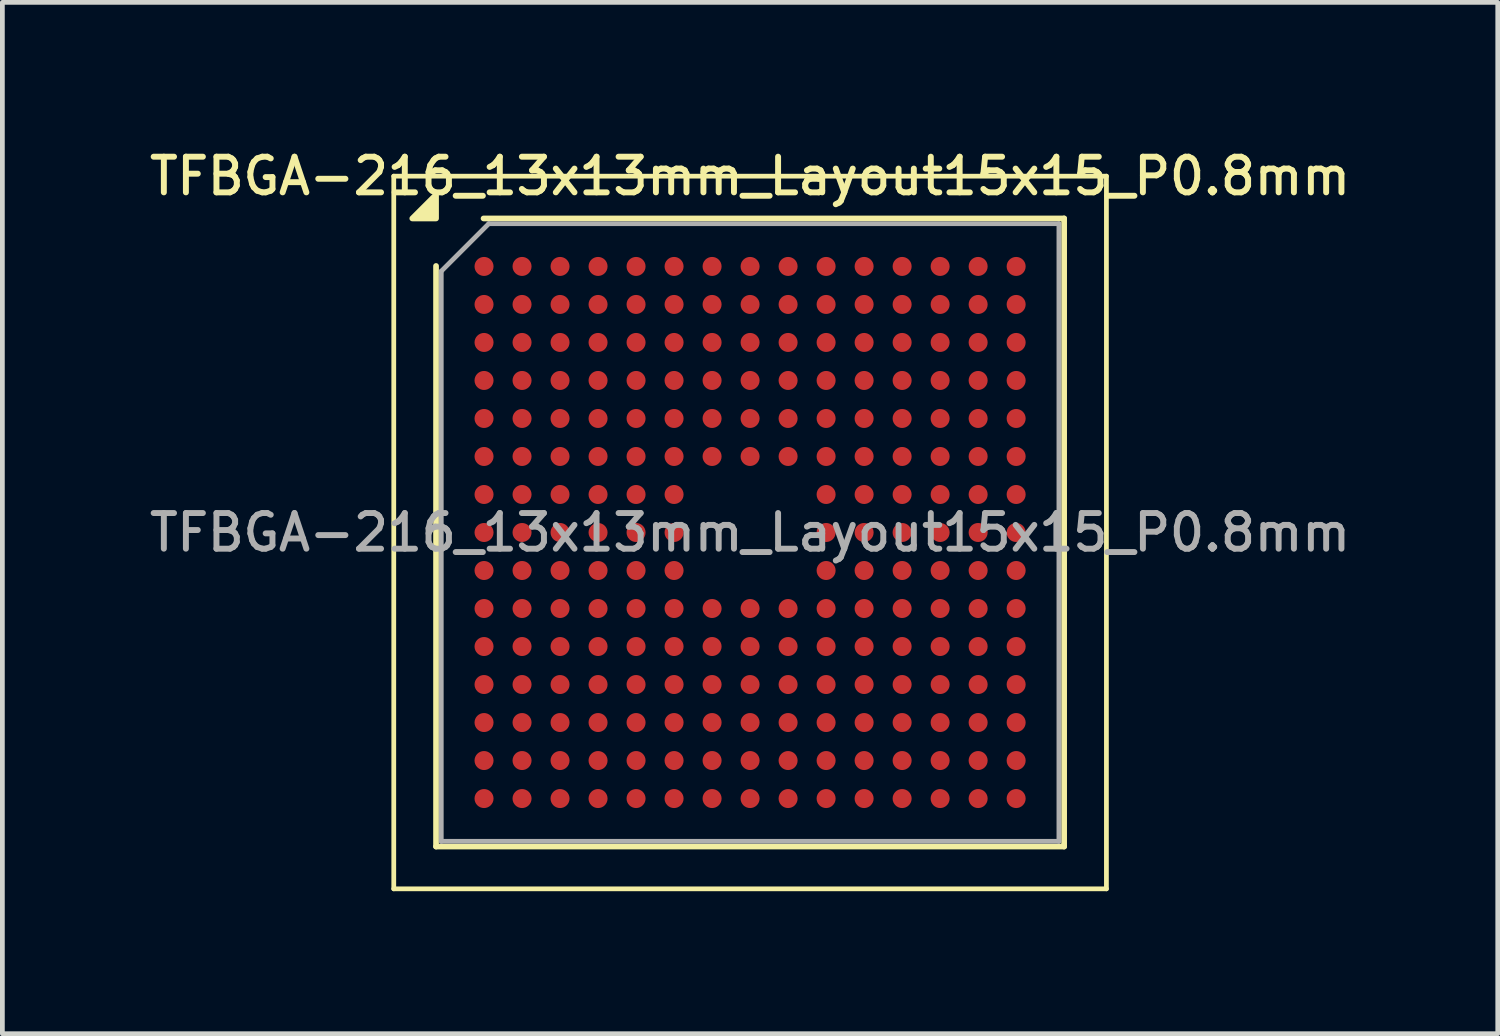
<source format=kicad_pcb>
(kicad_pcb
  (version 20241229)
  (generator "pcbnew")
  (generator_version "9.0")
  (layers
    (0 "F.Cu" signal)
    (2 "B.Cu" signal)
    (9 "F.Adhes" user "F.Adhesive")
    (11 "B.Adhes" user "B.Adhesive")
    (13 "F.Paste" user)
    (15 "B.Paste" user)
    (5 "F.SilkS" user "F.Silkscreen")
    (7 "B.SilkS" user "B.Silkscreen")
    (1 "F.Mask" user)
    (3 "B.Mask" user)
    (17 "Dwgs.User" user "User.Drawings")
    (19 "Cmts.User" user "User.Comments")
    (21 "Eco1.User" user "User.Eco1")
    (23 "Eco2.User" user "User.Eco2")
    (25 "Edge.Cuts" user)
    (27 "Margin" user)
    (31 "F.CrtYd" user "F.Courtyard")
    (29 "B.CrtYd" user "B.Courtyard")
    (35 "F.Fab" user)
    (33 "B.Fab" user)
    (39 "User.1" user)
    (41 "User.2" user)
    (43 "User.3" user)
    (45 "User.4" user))
  (footprint "TFBGA-216_13x13mm_Layout15x15_P0.8mm"
    (layer "F.Cu")
    (at 12.738 8.158)
    (property "Reference" "TFBGA-216_13x13mm_Layout15x15_P0.8mm" (at 0 -7.5 0) (layer "F.SilkS") (effects (font (size 0.75 0.75) (thickness 0.125))))
    (attr smd)
    (fp_line (start -7.5 -7.5) (end -7.5 7.5) (stroke (width 0.1) (type solid)) (layer "F.SilkS"))
    (fp_line (start -7.5 7.5) (end 7.5 7.5) (stroke (width 0.1) (type solid)) (layer "F.SilkS"))
    (fp_line (start -6.61 6.61) (end -6.61 -5.61) (stroke (width 0.12) (type solid)) (layer "F.SilkS"))
    (fp_line (start -5.61 -6.61) (end 6.61 -6.61) (stroke (width 0.12) (type solid)) (layer "F.SilkS"))
    (fp_line (start 6.61 -6.61) (end 6.61 6.61) (stroke (width 0.12) (type solid)) (layer "F.SilkS"))
    (fp_line (start 6.61 6.61) (end -6.61 6.61) (stroke (width 0.12) (type solid)) (layer "F.SilkS"))
    (fp_line (start 7.5 -7.5) (end -7.5 -7.5) (stroke (width 0.1) (type solid)) (layer "F.SilkS"))
    (fp_line (start 7.5 7.5) (end 7.5 -7.5) (stroke (width 0.1) (type solid)) (layer "F.SilkS"))
    (fp_poly (pts (xy -6.61 -6.61) (xy -7.11 -6.61) (xy -6.61 -7.11) (xy -6.61 -6.61)) (stroke (width 0.12) (type solid)) (fill yes) (layer "F.SilkS"))
    (fp_line (start -6.5 -5.5) (end -5.5 -6.5) (stroke (width 0.1) (type solid)) (layer "F.Fab"))
    (fp_line (start -6.5 6.5) (end -6.5 -5.5) (stroke (width 0.1) (type solid)) (layer "F.Fab"))
    (fp_line (start -5.5 -6.5) (end 6.5 -6.5) (stroke (width 0.1) (type solid)) (layer "F.Fab"))
    (fp_line (start 6.5 -6.5) (end 6.5 6.5) (stroke (width 0.1) (type solid)) (layer "F.Fab"))
    (fp_line (start 6.5 6.5) (end -6.5 6.5) (stroke (width 0.1) (type solid)) (layer "F.Fab"))
    (fp_text user "${REFERENCE}" (at 0 0 0) (layer "F.Fab") (effects (font (size 0.75 0.75) (thickness 0.125))))
    (pad "A1" smd circle (at -5.6 -5.6) (size 0.4 0.4) (property pad_prop_bga) (layers "F.Cu" "F.Mask" "F.Paste"))
    (pad "A2" smd circle (at -4.8 -5.6) (size 0.4 0.4) (property pad_prop_bga) (layers "F.Cu" "F.Mask" "F.Paste"))
    (pad "A3" smd circle (at -4 -5.6) (size 0.4 0.4) (property pad_prop_bga) (layers "F.Cu" "F.Mask" "F.Paste"))
    (pad "A4" smd circle (at -3.2 -5.6) (size 0.4 0.4) (property pad_prop_bga) (layers "F.Cu" "F.Mask" "F.Paste"))
    (pad "A5" smd circle (at -2.4 -5.6) (size 0.4 0.4) (property pad_prop_bga) (layers "F.Cu" "F.Mask" "F.Paste"))
    (pad "A6" smd circle (at -1.6 -5.6) (size 0.4 0.4) (property pad_prop_bga) (layers "F.Cu" "F.Mask" "F.Paste"))
    (pad "A7" smd circle (at -0.8 -5.6) (size 0.4 0.4) (property pad_prop_bga) (layers "F.Cu" "F.Mask" "F.Paste"))
    (pad "A8" smd circle (at 0 -5.6) (size 0.4 0.4) (property pad_prop_bga) (layers "F.Cu" "F.Mask" "F.Paste"))
    (pad "A9" smd circle (at 0.8 -5.6) (size 0.4 0.4) (property pad_prop_bga) (layers "F.Cu" "F.Mask" "F.Paste"))
    (pad "A10" smd circle (at 1.6 -5.6) (size 0.4 0.4) (property pad_prop_bga) (layers "F.Cu" "F.Mask" "F.Paste"))
    (pad "A11" smd circle (at 2.4 -5.6) (size 0.4 0.4) (property pad_prop_bga) (layers "F.Cu" "F.Mask" "F.Paste"))
    (pad "A12" smd circle (at 3.2 -5.6) (size 0.4 0.4) (property pad_prop_bga) (layers "F.Cu" "F.Mask" "F.Paste"))
    (pad "A13" smd circle (at 4 -5.6) (size 0.4 0.4) (property pad_prop_bga) (layers "F.Cu" "F.Mask" "F.Paste"))
    (pad "A14" smd circle (at 4.8 -5.6) (size 0.4 0.4) (property pad_prop_bga) (layers "F.Cu" "F.Mask" "F.Paste"))
    (pad "A15" smd circle (at 5.6 -5.6) (size 0.4 0.4) (property pad_prop_bga) (layers "F.Cu" "F.Mask" "F.Paste"))
    (pad "B1" smd circle (at -5.6 -4.8) (size 0.4 0.4) (property pad_prop_bga) (layers "F.Cu" "F.Mask" "F.Paste"))
    (pad "B2" smd circle (at -4.8 -4.8) (size 0.4 0.4) (property pad_prop_bga) (layers "F.Cu" "F.Mask" "F.Paste"))
    (pad "B3" smd circle (at -4 -4.8) (size 0.4 0.4) (property pad_prop_bga) (layers "F.Cu" "F.Mask" "F.Paste"))
    (pad "B4" smd circle (at -3.2 -4.8) (size 0.4 0.4) (property pad_prop_bga) (layers "F.Cu" "F.Mask" "F.Paste"))
    (pad "B5" smd circle (at -2.4 -4.8) (size 0.4 0.4) (property pad_prop_bga) (layers "F.Cu" "F.Mask" "F.Paste"))
    (pad "B6" smd circle (at -1.6 -4.8) (size 0.4 0.4) (property pad_prop_bga) (layers "F.Cu" "F.Mask" "F.Paste"))
    (pad "B7" smd circle (at -0.8 -4.8) (size 0.4 0.4) (property pad_prop_bga) (layers "F.Cu" "F.Mask" "F.Paste"))
    (pad "B8" smd circle (at 0 -4.8) (size 0.4 0.4) (property pad_prop_bga) (layers "F.Cu" "F.Mask" "F.Paste"))
    (pad "B9" smd circle (at 0.8 -4.8) (size 0.4 0.4) (property pad_prop_bga) (layers "F.Cu" "F.Mask" "F.Paste"))
    (pad "B10" smd circle (at 1.6 -4.8) (size 0.4 0.4) (property pad_prop_bga) (layers "F.Cu" "F.Mask" "F.Paste"))
    (pad "B11" smd circle (at 2.4 -4.8) (size 0.4 0.4) (property pad_prop_bga) (layers "F.Cu" "F.Mask" "F.Paste"))
    (pad "B12" smd circle (at 3.2 -4.8) (size 0.4 0.4) (property pad_prop_bga) (layers "F.Cu" "F.Mask" "F.Paste"))
    (pad "B13" smd circle (at 4 -4.8) (size 0.4 0.4) (property pad_prop_bga) (layers "F.Cu" "F.Mask" "F.Paste"))
    (pad "B14" smd circle (at 4.8 -4.8) (size 0.4 0.4) (property pad_prop_bga) (layers "F.Cu" "F.Mask" "F.Paste"))
    (pad "B15" smd circle (at 5.6 -4.8) (size 0.4 0.4) (property pad_prop_bga) (layers "F.Cu" "F.Mask" "F.Paste"))
    (pad "C1" smd circle (at -5.6 -4) (size 0.4 0.4) (property pad_prop_bga) (layers "F.Cu" "F.Mask" "F.Paste"))
    (pad "C2" smd circle (at -4.8 -4) (size 0.4 0.4) (property pad_prop_bga) (layers "F.Cu" "F.Mask" "F.Paste"))
    (pad "C3" smd circle (at -4 -4) (size 0.4 0.4) (property pad_prop_bga) (layers "F.Cu" "F.Mask" "F.Paste"))
    (pad "C4" smd circle (at -3.2 -4) (size 0.4 0.4) (property pad_prop_bga) (layers "F.Cu" "F.Mask" "F.Paste"))
    (pad "C5" smd circle (at -2.4 -4) (size 0.4 0.4) (property pad_prop_bga) (layers "F.Cu" "F.Mask" "F.Paste"))
    (pad "C6" smd circle (at -1.6 -4) (size 0.4 0.4) (property pad_prop_bga) (layers "F.Cu" "F.Mask" "F.Paste"))
    (pad "C7" smd circle (at -0.8 -4) (size 0.4 0.4) (property pad_prop_bga) (layers "F.Cu" "F.Mask" "F.Paste"))
    (pad "C8" smd circle (at 0 -4) (size 0.4 0.4) (property pad_prop_bga) (layers "F.Cu" "F.Mask" "F.Paste"))
    (pad "C9" smd circle (at 0.8 -4) (size 0.4 0.4) (property pad_prop_bga) (layers "F.Cu" "F.Mask" "F.Paste"))
    (pad "C10" smd circle (at 1.6 -4) (size 0.4 0.4) (property pad_prop_bga) (layers "F.Cu" "F.Mask" "F.Paste"))
    (pad "C11" smd circle (at 2.4 -4) (size 0.4 0.4) (property pad_prop_bga) (layers "F.Cu" "F.Mask" "F.Paste"))
    (pad "C12" smd circle (at 3.2 -4) (size 0.4 0.4) (property pad_prop_bga) (layers "F.Cu" "F.Mask" "F.Paste"))
    (pad "C13" smd circle (at 4 -4) (size 0.4 0.4) (property pad_prop_bga) (layers "F.Cu" "F.Mask" "F.Paste"))
    (pad "C14" smd circle (at 4.8 -4) (size 0.4 0.4) (property pad_prop_bga) (layers "F.Cu" "F.Mask" "F.Paste"))
    (pad "C15" smd circle (at 5.6 -4) (size 0.4 0.4) (property pad_prop_bga) (layers "F.Cu" "F.Mask" "F.Paste"))
    (pad "D1" smd circle (at -5.6 -3.2) (size 0.4 0.4) (property pad_prop_bga) (layers "F.Cu" "F.Mask" "F.Paste"))
    (pad "D2" smd circle (at -4.8 -3.2) (size 0.4 0.4) (property pad_prop_bga) (layers "F.Cu" "F.Mask" "F.Paste"))
    (pad "D3" smd circle (at -4 -3.2) (size 0.4 0.4) (property pad_prop_bga) (layers "F.Cu" "F.Mask" "F.Paste"))
    (pad "D4" smd circle (at -3.2 -3.2) (size 0.4 0.4) (property pad_prop_bga) (layers "F.Cu" "F.Mask" "F.Paste"))
    (pad "D5" smd circle (at -2.4 -3.2) (size 0.4 0.4) (property pad_prop_bga) (layers "F.Cu" "F.Mask" "F.Paste"))
    (pad "D6" smd circle (at -1.6 -3.2) (size 0.4 0.4) (property pad_prop_bga) (layers "F.Cu" "F.Mask" "F.Paste"))
    (pad "D7" smd circle (at -0.8 -3.2) (size 0.4 0.4) (property pad_prop_bga) (layers "F.Cu" "F.Mask" "F.Paste"))
    (pad "D8" smd circle (at 0 -3.2) (size 0.4 0.4) (property pad_prop_bga) (layers "F.Cu" "F.Mask" "F.Paste"))
    (pad "D9" smd circle (at 0.8 -3.2) (size 0.4 0.4) (property pad_prop_bga) (layers "F.Cu" "F.Mask" "F.Paste"))
    (pad "D10" smd circle (at 1.6 -3.2) (size 0.4 0.4) (property pad_prop_bga) (layers "F.Cu" "F.Mask" "F.Paste"))
    (pad "D11" smd circle (at 2.4 -3.2) (size 0.4 0.4) (property pad_prop_bga) (layers "F.Cu" "F.Mask" "F.Paste"))
    (pad "D12" smd circle (at 3.2 -3.2) (size 0.4 0.4) (property pad_prop_bga) (layers "F.Cu" "F.Mask" "F.Paste"))
    (pad "D13" smd circle (at 4 -3.2) (size 0.4 0.4) (property pad_prop_bga) (layers "F.Cu" "F.Mask" "F.Paste"))
    (pad "D14" smd circle (at 4.8 -3.2) (size 0.4 0.4) (property pad_prop_bga) (layers "F.Cu" "F.Mask" "F.Paste"))
    (pad "D15" smd circle (at 5.6 -3.2) (size 0.4 0.4) (property pad_prop_bga) (layers "F.Cu" "F.Mask" "F.Paste"))
    (pad "E1" smd circle (at -5.6 -2.4) (size 0.4 0.4) (property pad_prop_bga) (layers "F.Cu" "F.Mask" "F.Paste"))
    (pad "E2" smd circle (at -4.8 -2.4) (size 0.4 0.4) (property pad_prop_bga) (layers "F.Cu" "F.Mask" "F.Paste"))
    (pad "E3" smd circle (at -4 -2.4) (size 0.4 0.4) (property pad_prop_bga) (layers "F.Cu" "F.Mask" "F.Paste"))
    (pad "E4" smd circle (at -3.2 -2.4) (size 0.4 0.4) (property pad_prop_bga) (layers "F.Cu" "F.Mask" "F.Paste"))
    (pad "E5" smd circle (at -2.4 -2.4) (size 0.4 0.4) (property pad_prop_bga) (layers "F.Cu" "F.Mask" "F.Paste"))
    (pad "E6" smd circle (at -1.6 -2.4) (size 0.4 0.4) (property pad_prop_bga) (layers "F.Cu" "F.Mask" "F.Paste"))
    (pad "E7" smd circle (at -0.8 -2.4) (size 0.4 0.4) (property pad_prop_bga) (layers "F.Cu" "F.Mask" "F.Paste"))
    (pad "E8" smd circle (at 0 -2.4) (size 0.4 0.4) (property pad_prop_bga) (layers "F.Cu" "F.Mask" "F.Paste"))
    (pad "E9" smd circle (at 0.8 -2.4) (size 0.4 0.4) (property pad_prop_bga) (layers "F.Cu" "F.Mask" "F.Paste"))
    (pad "E10" smd circle (at 1.6 -2.4) (size 0.4 0.4) (property pad_prop_bga) (layers "F.Cu" "F.Mask" "F.Paste"))
    (pad "E11" smd circle (at 2.4 -2.4) (size 0.4 0.4) (property pad_prop_bga) (layers "F.Cu" "F.Mask" "F.Paste"))
    (pad "E12" smd circle (at 3.2 -2.4) (size 0.4 0.4) (property pad_prop_bga) (layers "F.Cu" "F.Mask" "F.Paste"))
    (pad "E13" smd circle (at 4 -2.4) (size 0.4 0.4) (property pad_prop_bga) (layers "F.Cu" "F.Mask" "F.Paste"))
    (pad "E14" smd circle (at 4.8 -2.4) (size 0.4 0.4) (property pad_prop_bga) (layers "F.Cu" "F.Mask" "F.Paste"))
    (pad "E15" smd circle (at 5.6 -2.4) (size 0.4 0.4) (property pad_prop_bga) (layers "F.Cu" "F.Mask" "F.Paste"))
    (pad "F1" smd circle (at -5.6 -1.6) (size 0.4 0.4) (property pad_prop_bga) (layers "F.Cu" "F.Mask" "F.Paste"))
    (pad "F2" smd circle (at -4.8 -1.6) (size 0.4 0.4) (property pad_prop_bga) (layers "F.Cu" "F.Mask" "F.Paste"))
    (pad "F3" smd circle (at -4 -1.6) (size 0.4 0.4) (property pad_prop_bga) (layers "F.Cu" "F.Mask" "F.Paste"))
    (pad "F4" smd circle (at -3.2 -1.6) (size 0.4 0.4) (property pad_prop_bga) (layers "F.Cu" "F.Mask" "F.Paste"))
    (pad "F5" smd circle (at -2.4 -1.6) (size 0.4 0.4) (property pad_prop_bga) (layers "F.Cu" "F.Mask" "F.Paste"))
    (pad "F6" smd circle (at -1.6 -1.6) (size 0.4 0.4) (property pad_prop_bga) (layers "F.Cu" "F.Mask" "F.Paste"))
    (pad "F7" smd circle (at -0.8 -1.6) (size 0.4 0.4) (property pad_prop_bga) (layers "F.Cu" "F.Mask" "F.Paste"))
    (pad "F8" smd circle (at 0 -1.6) (size 0.4 0.4) (property pad_prop_bga) (layers "F.Cu" "F.Mask" "F.Paste"))
    (pad "F9" smd circle (at 0.8 -1.6) (size 0.4 0.4) (property pad_prop_bga) (layers "F.Cu" "F.Mask" "F.Paste"))
    (pad "F10" smd circle (at 1.6 -1.6) (size 0.4 0.4) (property pad_prop_bga) (layers "F.Cu" "F.Mask" "F.Paste"))
    (pad "F11" smd circle (at 2.4 -1.6) (size 0.4 0.4) (property pad_prop_bga) (layers "F.Cu" "F.Mask" "F.Paste"))
    (pad "F12" smd circle (at 3.2 -1.6) (size 0.4 0.4) (property pad_prop_bga) (layers "F.Cu" "F.Mask" "F.Paste"))
    (pad "F13" smd circle (at 4 -1.6) (size 0.4 0.4) (property pad_prop_bga) (layers "F.Cu" "F.Mask" "F.Paste"))
    (pad "F14" smd circle (at 4.8 -1.6) (size 0.4 0.4) (property pad_prop_bga) (layers "F.Cu" "F.Mask" "F.Paste"))
    (pad "F15" smd circle (at 5.6 -1.6) (size 0.4 0.4) (property pad_prop_bga) (layers "F.Cu" "F.Mask" "F.Paste"))
    (pad "G1" smd circle (at -5.6 -0.8) (size 0.4 0.4) (property pad_prop_bga) (layers "F.Cu" "F.Mask" "F.Paste"))
    (pad "G2" smd circle (at -4.8 -0.8) (size 0.4 0.4) (property pad_prop_bga) (layers "F.Cu" "F.Mask" "F.Paste"))
    (pad "G3" smd circle (at -4 -0.8) (size 0.4 0.4) (property pad_prop_bga) (layers "F.Cu" "F.Mask" "F.Paste"))
    (pad "G4" smd circle (at -3.2 -0.8) (size 0.4 0.4) (property pad_prop_bga) (layers "F.Cu" "F.Mask" "F.Paste"))
    (pad "G5" smd circle (at -2.4 -0.8) (size 0.4 0.4) (property pad_prop_bga) (layers "F.Cu" "F.Mask" "F.Paste"))
    (pad "G6" smd circle (at -1.6 -0.8) (size 0.4 0.4) (property pad_prop_bga) (layers "F.Cu" "F.Mask" "F.Paste"))
    (pad "G10" smd circle (at 1.6 -0.8) (size 0.4 0.4) (property pad_prop_bga) (layers "F.Cu" "F.Mask" "F.Paste"))
    (pad "G11" smd circle (at 2.4 -0.8) (size 0.4 0.4) (property pad_prop_bga) (layers "F.Cu" "F.Mask" "F.Paste"))
    (pad "G12" smd circle (at 3.2 -0.8) (size 0.4 0.4) (property pad_prop_bga) (layers "F.Cu" "F.Mask" "F.Paste"))
    (pad "G13" smd circle (at 4 -0.8) (size 0.4 0.4) (property pad_prop_bga) (layers "F.Cu" "F.Mask" "F.Paste"))
    (pad "G14" smd circle (at 4.8 -0.8) (size 0.4 0.4) (property pad_prop_bga) (layers "F.Cu" "F.Mask" "F.Paste"))
    (pad "G15" smd circle (at 5.6 -0.8) (size 0.4 0.4) (property pad_prop_bga) (layers "F.Cu" "F.Mask" "F.Paste"))
    (pad "H1" smd circle (at -5.6 0) (size 0.4 0.4) (property pad_prop_bga) (layers "F.Cu" "F.Mask" "F.Paste"))
    (pad "H2" smd circle (at -4.8 0) (size 0.4 0.4) (property pad_prop_bga) (layers "F.Cu" "F.Mask" "F.Paste"))
    (pad "H3" smd circle (at -4 0) (size 0.4 0.4) (property pad_prop_bga) (layers "F.Cu" "F.Mask" "F.Paste"))
    (pad "H4" smd circle (at -3.2 0) (size 0.4 0.4) (property pad_prop_bga) (layers "F.Cu" "F.Mask" "F.Paste"))
    (pad "H5" smd circle (at -2.4 0) (size 0.4 0.4) (property pad_prop_bga) (layers "F.Cu" "F.Mask" "F.Paste"))
    (pad "H6" smd circle (at -1.6 0) (size 0.4 0.4) (property pad_prop_bga) (layers "F.Cu" "F.Mask" "F.Paste"))
    (pad "H10" smd circle (at 1.6 0) (size 0.4 0.4) (property pad_prop_bga) (layers "F.Cu" "F.Mask" "F.Paste"))
    (pad "H11" smd circle (at 2.4 0) (size 0.4 0.4) (property pad_prop_bga) (layers "F.Cu" "F.Mask" "F.Paste"))
    (pad "H12" smd circle (at 3.2 0) (size 0.4 0.4) (property pad_prop_bga) (layers "F.Cu" "F.Mask" "F.Paste"))
    (pad "H13" smd circle (at 4 0) (size 0.4 0.4) (property pad_prop_bga) (layers "F.Cu" "F.Mask" "F.Paste"))
    (pad "H14" smd circle (at 4.8 0) (size 0.4 0.4) (property pad_prop_bga) (layers "F.Cu" "F.Mask" "F.Paste"))
    (pad "H15" smd circle (at 5.6 0) (size 0.4 0.4) (property pad_prop_bga) (layers "F.Cu" "F.Mask" "F.Paste"))
    (pad "J1" smd circle (at -5.6 0.8) (size 0.4 0.4) (property pad_prop_bga) (layers "F.Cu" "F.Mask" "F.Paste"))
    (pad "J2" smd circle (at -4.8 0.8) (size 0.4 0.4) (property pad_prop_bga) (layers "F.Cu" "F.Mask" "F.Paste"))
    (pad "J3" smd circle (at -4 0.8) (size 0.4 0.4) (property pad_prop_bga) (layers "F.Cu" "F.Mask" "F.Paste"))
    (pad "J4" smd circle (at -3.2 0.8) (size 0.4 0.4) (property pad_prop_bga) (layers "F.Cu" "F.Mask" "F.Paste"))
    (pad "J5" smd circle (at -2.4 0.8) (size 0.4 0.4) (property pad_prop_bga) (layers "F.Cu" "F.Mask" "F.Paste"))
    (pad "J6" smd circle (at -1.6 0.8) (size 0.4 0.4) (property pad_prop_bga) (layers "F.Cu" "F.Mask" "F.Paste"))
    (pad "J10" smd circle (at 1.6 0.8) (size 0.4 0.4) (property pad_prop_bga) (layers "F.Cu" "F.Mask" "F.Paste"))
    (pad "J11" smd circle (at 2.4 0.8) (size 0.4 0.4) (property pad_prop_bga) (layers "F.Cu" "F.Mask" "F.Paste"))
    (pad "J12" smd circle (at 3.2 0.8) (size 0.4 0.4) (property pad_prop_bga) (layers "F.Cu" "F.Mask" "F.Paste"))
    (pad "J13" smd circle (at 4 0.8) (size 0.4 0.4) (property pad_prop_bga) (layers "F.Cu" "F.Mask" "F.Paste"))
    (pad "J14" smd circle (at 4.8 0.8) (size 0.4 0.4) (property pad_prop_bga) (layers "F.Cu" "F.Mask" "F.Paste"))
    (pad "J15" smd circle (at 5.6 0.8) (size 0.4 0.4) (property pad_prop_bga) (layers "F.Cu" "F.Mask" "F.Paste"))
    (pad "K1" smd circle (at -5.6 1.6) (size 0.4 0.4) (property pad_prop_bga) (layers "F.Cu" "F.Mask" "F.Paste"))
    (pad "K2" smd circle (at -4.8 1.6) (size 0.4 0.4) (property pad_prop_bga) (layers "F.Cu" "F.Mask" "F.Paste"))
    (pad "K3" smd circle (at -4 1.6) (size 0.4 0.4) (property pad_prop_bga) (layers "F.Cu" "F.Mask" "F.Paste"))
    (pad "K4" smd circle (at -3.2 1.6) (size 0.4 0.4) (property pad_prop_bga) (layers "F.Cu" "F.Mask" "F.Paste"))
    (pad "K5" smd circle (at -2.4 1.6) (size 0.4 0.4) (property pad_prop_bga) (layers "F.Cu" "F.Mask" "F.Paste"))
    (pad "K6" smd circle (at -1.6 1.6) (size 0.4 0.4) (property pad_prop_bga) (layers "F.Cu" "F.Mask" "F.Paste"))
    (pad "K7" smd circle (at -0.8 1.6) (size 0.4 0.4) (property pad_prop_bga) (layers "F.Cu" "F.Mask" "F.Paste"))
    (pad "K8" smd circle (at 0 1.6) (size 0.4 0.4) (property pad_prop_bga) (layers "F.Cu" "F.Mask" "F.Paste"))
    (pad "K9" smd circle (at 0.8 1.6) (size 0.4 0.4) (property pad_prop_bga) (layers "F.Cu" "F.Mask" "F.Paste"))
    (pad "K10" smd circle (at 1.6 1.6) (size 0.4 0.4) (property pad_prop_bga) (layers "F.Cu" "F.Mask" "F.Paste"))
    (pad "K11" smd circle (at 2.4 1.6) (size 0.4 0.4) (property pad_prop_bga) (layers "F.Cu" "F.Mask" "F.Paste"))
    (pad "K12" smd circle (at 3.2 1.6) (size 0.4 0.4) (property pad_prop_bga) (layers "F.Cu" "F.Mask" "F.Paste"))
    (pad "K13" smd circle (at 4 1.6) (size 0.4 0.4) (property pad_prop_bga) (layers "F.Cu" "F.Mask" "F.Paste"))
    (pad "K14" smd circle (at 4.8 1.6) (size 0.4 0.4) (property pad_prop_bga) (layers "F.Cu" "F.Mask" "F.Paste"))
    (pad "K15" smd circle (at 5.6 1.6) (size 0.4 0.4) (property pad_prop_bga) (layers "F.Cu" "F.Mask" "F.Paste"))
    (pad "L1" smd circle (at -5.6 2.4) (size 0.4 0.4) (property pad_prop_bga) (layers "F.Cu" "F.Mask" "F.Paste"))
    (pad "L2" smd circle (at -4.8 2.4) (size 0.4 0.4) (property pad_prop_bga) (layers "F.Cu" "F.Mask" "F.Paste"))
    (pad "L3" smd circle (at -4 2.4) (size 0.4 0.4) (property pad_prop_bga) (layers "F.Cu" "F.Mask" "F.Paste"))
    (pad "L4" smd circle (at -3.2 2.4) (size 0.4 0.4) (property pad_prop_bga) (layers "F.Cu" "F.Mask" "F.Paste"))
    (pad "L5" smd circle (at -2.4 2.4) (size 0.4 0.4) (property pad_prop_bga) (layers "F.Cu" "F.Mask" "F.Paste"))
    (pad "L6" smd circle (at -1.6 2.4) (size 0.4 0.4) (property pad_prop_bga) (layers "F.Cu" "F.Mask" "F.Paste"))
    (pad "L7" smd circle (at -0.8 2.4) (size 0.4 0.4) (property pad_prop_bga) (layers "F.Cu" "F.Mask" "F.Paste"))
    (pad "L8" smd circle (at 0 2.4) (size 0.4 0.4) (property pad_prop_bga) (layers "F.Cu" "F.Mask" "F.Paste"))
    (pad "L9" smd circle (at 0.8 2.4) (size 0.4 0.4) (property pad_prop_bga) (layers "F.Cu" "F.Mask" "F.Paste"))
    (pad "L10" smd circle (at 1.6 2.4) (size 0.4 0.4) (property pad_prop_bga) (layers "F.Cu" "F.Mask" "F.Paste"))
    (pad "L11" smd circle (at 2.4 2.4) (size 0.4 0.4) (property pad_prop_bga) (layers "F.Cu" "F.Mask" "F.Paste"))
    (pad "L12" smd circle (at 3.2 2.4) (size 0.4 0.4) (property pad_prop_bga) (layers "F.Cu" "F.Mask" "F.Paste"))
    (pad "L13" smd circle (at 4 2.4) (size 0.4 0.4) (property pad_prop_bga) (layers "F.Cu" "F.Mask" "F.Paste"))
    (pad "L14" smd circle (at 4.8 2.4) (size 0.4 0.4) (property pad_prop_bga) (layers "F.Cu" "F.Mask" "F.Paste"))
    (pad "L15" smd circle (at 5.6 2.4) (size 0.4 0.4) (property pad_prop_bga) (layers "F.Cu" "F.Mask" "F.Paste"))
    (pad "M1" smd circle (at -5.6 3.2) (size 0.4 0.4) (property pad_prop_bga) (layers "F.Cu" "F.Mask" "F.Paste"))
    (pad "M2" smd circle (at -4.8 3.2) (size 0.4 0.4) (property pad_prop_bga) (layers "F.Cu" "F.Mask" "F.Paste"))
    (pad "M3" smd circle (at -4 3.2) (size 0.4 0.4) (property pad_prop_bga) (layers "F.Cu" "F.Mask" "F.Paste"))
    (pad "M4" smd circle (at -3.2 3.2) (size 0.4 0.4) (property pad_prop_bga) (layers "F.Cu" "F.Mask" "F.Paste"))
    (pad "M5" smd circle (at -2.4 3.2) (size 0.4 0.4) (property pad_prop_bga) (layers "F.Cu" "F.Mask" "F.Paste"))
    (pad "M6" smd circle (at -1.6 3.2) (size 0.4 0.4) (property pad_prop_bga) (layers "F.Cu" "F.Mask" "F.Paste"))
    (pad "M7" smd circle (at -0.8 3.2) (size 0.4 0.4) (property pad_prop_bga) (layers "F.Cu" "F.Mask" "F.Paste"))
    (pad "M8" smd circle (at 0 3.2) (size 0.4 0.4) (property pad_prop_bga) (layers "F.Cu" "F.Mask" "F.Paste"))
    (pad "M9" smd circle (at 0.8 3.2) (size 0.4 0.4) (property pad_prop_bga) (layers "F.Cu" "F.Mask" "F.Paste"))
    (pad "M10" smd circle (at 1.6 3.2) (size 0.4 0.4) (property pad_prop_bga) (layers "F.Cu" "F.Mask" "F.Paste"))
    (pad "M11" smd circle (at 2.4 3.2) (size 0.4 0.4) (property pad_prop_bga) (layers "F.Cu" "F.Mask" "F.Paste"))
    (pad "M12" smd circle (at 3.2 3.2) (size 0.4 0.4) (property pad_prop_bga) (layers "F.Cu" "F.Mask" "F.Paste"))
    (pad "M13" smd circle (at 4 3.2) (size 0.4 0.4) (property pad_prop_bga) (layers "F.Cu" "F.Mask" "F.Paste"))
    (pad "M14" smd circle (at 4.8 3.2) (size 0.4 0.4) (property pad_prop_bga) (layers "F.Cu" "F.Mask" "F.Paste"))
    (pad "M15" smd circle (at 5.6 3.2) (size 0.4 0.4) (property pad_prop_bga) (layers "F.Cu" "F.Mask" "F.Paste"))
    (pad "N1" smd circle (at -5.6 4) (size 0.4 0.4) (property pad_prop_bga) (layers "F.Cu" "F.Mask" "F.Paste"))
    (pad "N2" smd circle (at -4.8 4) (size 0.4 0.4) (property pad_prop_bga) (layers "F.Cu" "F.Mask" "F.Paste"))
    (pad "N3" smd circle (at -4 4) (size 0.4 0.4) (property pad_prop_bga) (layers "F.Cu" "F.Mask" "F.Paste"))
    (pad "N4" smd circle (at -3.2 4) (size 0.4 0.4) (property pad_prop_bga) (layers "F.Cu" "F.Mask" "F.Paste"))
    (pad "N5" smd circle (at -2.4 4) (size 0.4 0.4) (property pad_prop_bga) (layers "F.Cu" "F.Mask" "F.Paste"))
    (pad "N6" smd circle (at -1.6 4) (size 0.4 0.4) (property pad_prop_bga) (layers "F.Cu" "F.Mask" "F.Paste"))
    (pad "N7" smd circle (at -0.8 4) (size 0.4 0.4) (property pad_prop_bga) (layers "F.Cu" "F.Mask" "F.Paste"))
    (pad "N8" smd circle (at 0 4) (size 0.4 0.4) (property pad_prop_bga) (layers "F.Cu" "F.Mask" "F.Paste"))
    (pad "N9" smd circle (at 0.8 4) (size 0.4 0.4) (property pad_prop_bga) (layers "F.Cu" "F.Mask" "F.Paste"))
    (pad "N10" smd circle (at 1.6 4) (size 0.4 0.4) (property pad_prop_bga) (layers "F.Cu" "F.Mask" "F.Paste"))
    (pad "N11" smd circle (at 2.4 4) (size 0.4 0.4) (property pad_prop_bga) (layers "F.Cu" "F.Mask" "F.Paste"))
    (pad "N12" smd circle (at 3.2 4) (size 0.4 0.4) (property pad_prop_bga) (layers "F.Cu" "F.Mask" "F.Paste"))
    (pad "N13" smd circle (at 4 4) (size 0.4 0.4) (property pad_prop_bga) (layers "F.Cu" "F.Mask" "F.Paste"))
    (pad "N14" smd circle (at 4.8 4) (size 0.4 0.4) (property pad_prop_bga) (layers "F.Cu" "F.Mask" "F.Paste"))
    (pad "N15" smd circle (at 5.6 4) (size 0.4 0.4) (property pad_prop_bga) (layers "F.Cu" "F.Mask" "F.Paste"))
    (pad "P1" smd circle (at -5.6 4.8) (size 0.4 0.4) (property pad_prop_bga) (layers "F.Cu" "F.Mask" "F.Paste"))
    (pad "P2" smd circle (at -4.8 4.8) (size 0.4 0.4) (property pad_prop_bga) (layers "F.Cu" "F.Mask" "F.Paste"))
    (pad "P3" smd circle (at -4 4.8) (size 0.4 0.4) (property pad_prop_bga) (layers "F.Cu" "F.Mask" "F.Paste"))
    (pad "P4" smd circle (at -3.2 4.8) (size 0.4 0.4) (property pad_prop_bga) (layers "F.Cu" "F.Mask" "F.Paste"))
    (pad "P5" smd circle (at -2.4 4.8) (size 0.4 0.4) (property pad_prop_bga) (layers "F.Cu" "F.Mask" "F.Paste"))
    (pad "P6" smd circle (at -1.6 4.8) (size 0.4 0.4) (property pad_prop_bga) (layers "F.Cu" "F.Mask" "F.Paste"))
    (pad "P7" smd circle (at -0.8 4.8) (size 0.4 0.4) (property pad_prop_bga) (layers "F.Cu" "F.Mask" "F.Paste"))
    (pad "P8" smd circle (at 0 4.8) (size 0.4 0.4) (property pad_prop_bga) (layers "F.Cu" "F.Mask" "F.Paste"))
    (pad "P9" smd circle (at 0.8 4.8) (size 0.4 0.4) (property pad_prop_bga) (layers "F.Cu" "F.Mask" "F.Paste"))
    (pad "P10" smd circle (at 1.6 4.8) (size 0.4 0.4) (property pad_prop_bga) (layers "F.Cu" "F.Mask" "F.Paste"))
    (pad "P11" smd circle (at 2.4 4.8) (size 0.4 0.4) (property pad_prop_bga) (layers "F.Cu" "F.Mask" "F.Paste"))
    (pad "P12" smd circle (at 3.2 4.8) (size 0.4 0.4) (property pad_prop_bga) (layers "F.Cu" "F.Mask" "F.Paste"))
    (pad "P13" smd circle (at 4 4.8) (size 0.4 0.4) (property pad_prop_bga) (layers "F.Cu" "F.Mask" "F.Paste"))
    (pad "P14" smd circle (at 4.8 4.8) (size 0.4 0.4) (property pad_prop_bga) (layers "F.Cu" "F.Mask" "F.Paste"))
    (pad "P15" smd circle (at 5.6 4.8) (size 0.4 0.4) (property pad_prop_bga) (layers "F.Cu" "F.Mask" "F.Paste"))
    (pad "R1" smd circle (at -5.6 5.6) (size 0.4 0.4) (property pad_prop_bga) (layers "F.Cu" "F.Mask" "F.Paste"))
    (pad "R2" smd circle (at -4.8 5.6) (size 0.4 0.4) (property pad_prop_bga) (layers "F.Cu" "F.Mask" "F.Paste"))
    (pad "R3" smd circle (at -4 5.6) (size 0.4 0.4) (property pad_prop_bga) (layers "F.Cu" "F.Mask" "F.Paste"))
    (pad "R4" smd circle (at -3.2 5.6) (size 0.4 0.4) (property pad_prop_bga) (layers "F.Cu" "F.Mask" "F.Paste"))
    (pad "R5" smd circle (at -2.4 5.6) (size 0.4 0.4) (property pad_prop_bga) (layers "F.Cu" "F.Mask" "F.Paste"))
    (pad "R6" smd circle (at -1.6 5.6) (size 0.4 0.4) (property pad_prop_bga) (layers "F.Cu" "F.Mask" "F.Paste"))
    (pad "R7" smd circle (at -0.8 5.6) (size 0.4 0.4) (property pad_prop_bga) (layers "F.Cu" "F.Mask" "F.Paste"))
    (pad "R8" smd circle (at 0 5.6) (size 0.4 0.4) (property pad_prop_bga) (layers "F.Cu" "F.Mask" "F.Paste"))
    (pad "R9" smd circle (at 0.8 5.6) (size 0.4 0.4) (property pad_prop_bga) (layers "F.Cu" "F.Mask" "F.Paste"))
    (pad "R10" smd circle (at 1.6 5.6) (size 0.4 0.4) (property pad_prop_bga) (layers "F.Cu" "F.Mask" "F.Paste"))
    (pad "R11" smd circle (at 2.4 5.6) (size 0.4 0.4) (property pad_prop_bga) (layers "F.Cu" "F.Mask" "F.Paste"))
    (pad "R12" smd circle (at 3.2 5.6) (size 0.4 0.4) (property pad_prop_bga) (layers "F.Cu" "F.Mask" "F.Paste"))
    (pad "R13" smd circle (at 4 5.6) (size 0.4 0.4) (property pad_prop_bga) (layers "F.Cu" "F.Mask" "F.Paste"))
    (pad "R14" smd circle (at 4.8 5.6) (size 0.4 0.4) (property pad_prop_bga) (layers "F.Cu" "F.Mask" "F.Paste"))
    (pad "R15" smd circle (at 5.6 5.6) (size 0.4 0.4) (property pad_prop_bga) (layers "F.Cu" "F.Mask" "F.Paste")))
  (gr_rect
    (start -3 -3)
    (end 28.475 18.708)
    (stroke (width 0.1) (type default))
    (fill no)
    (layer "Edge.Cuts")))
</source>
